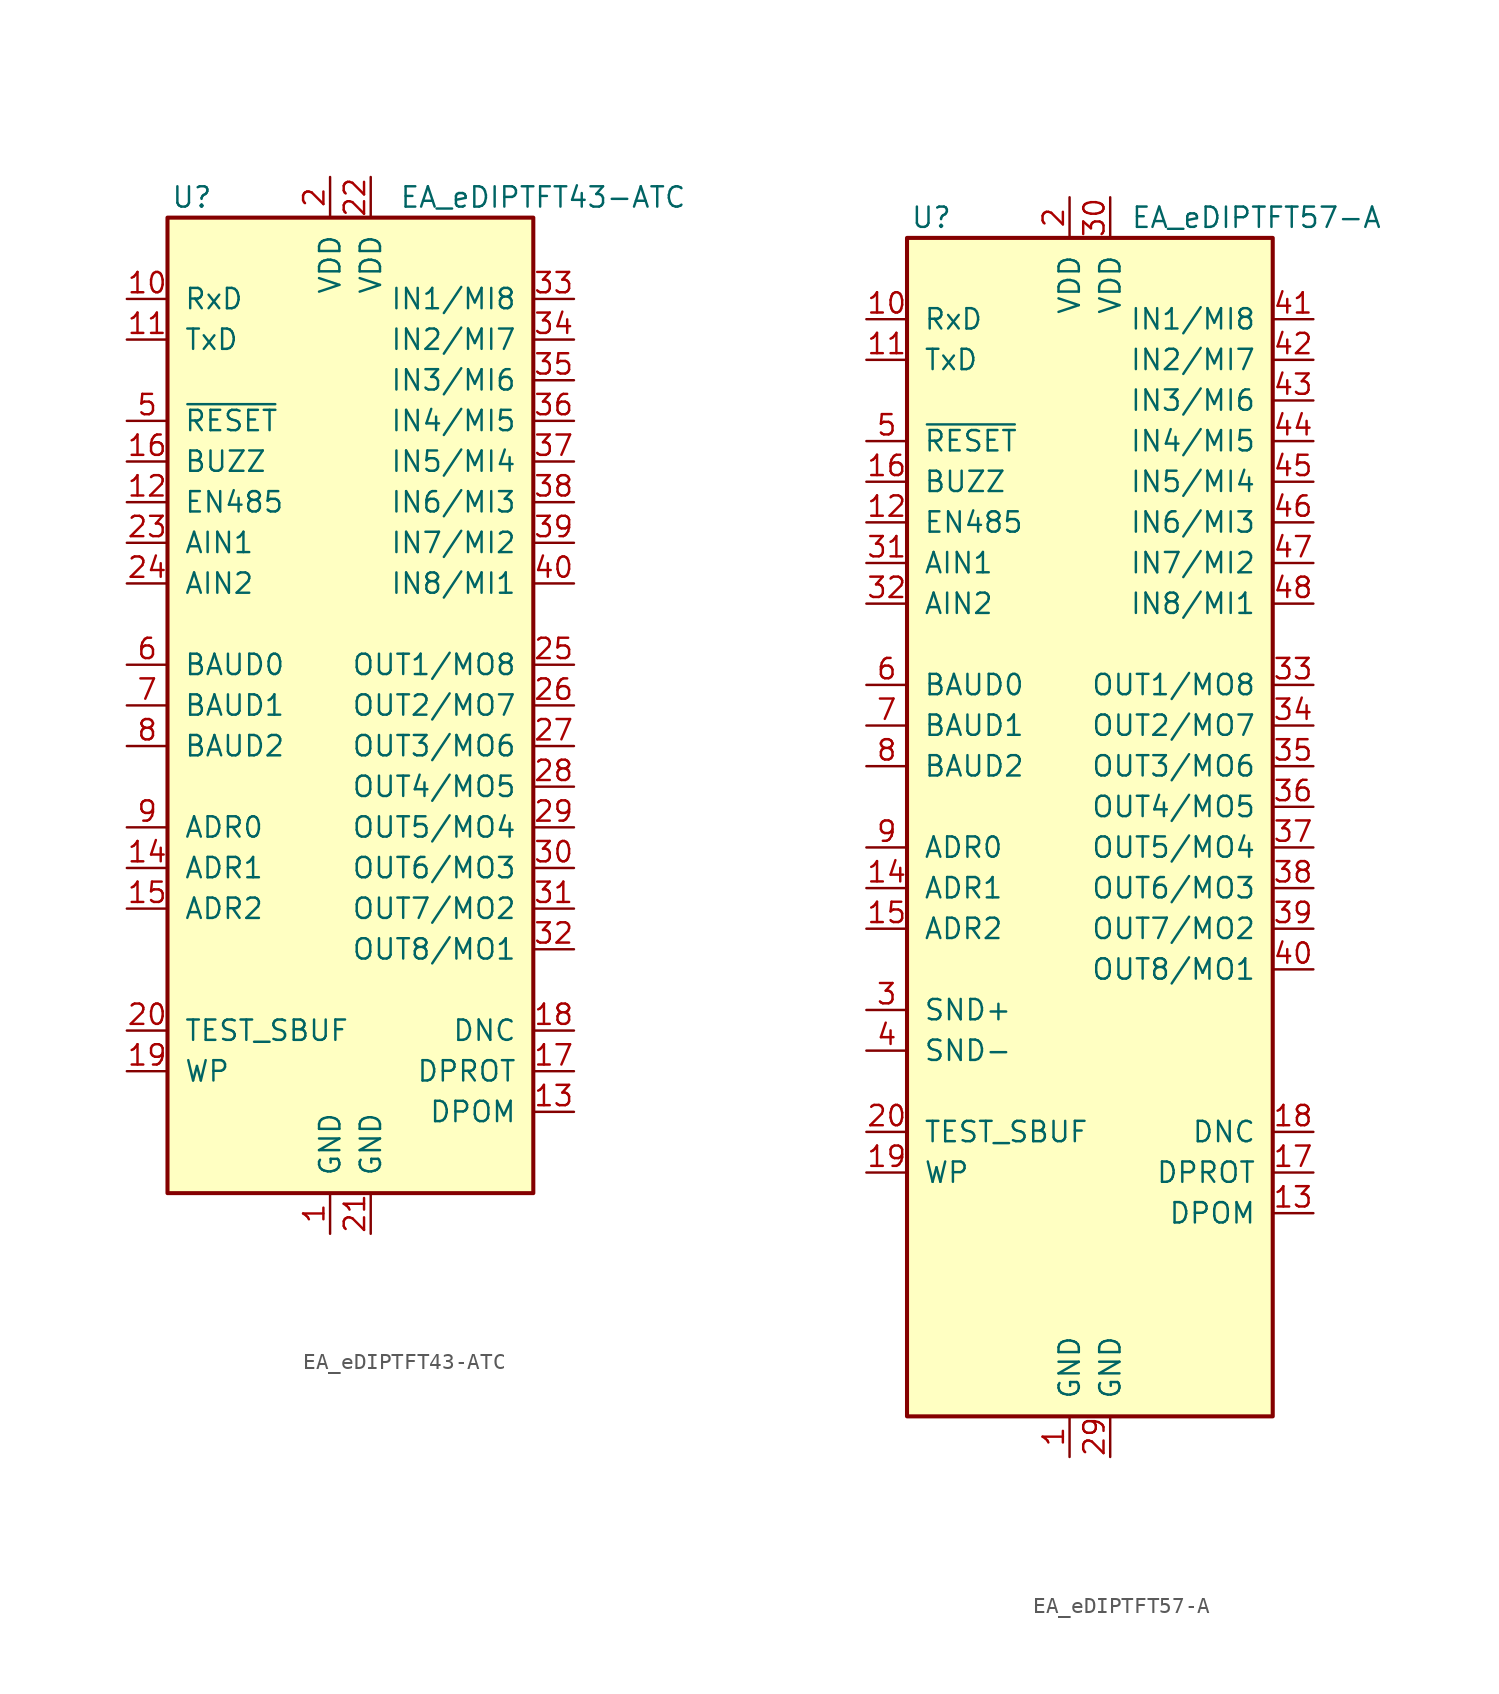
<source format=kicad_sym>
(kicad_symbol_lib
  (version 20200908)
  (generator kicad_symbol_editor)
  (symbol "Display_Graphic:EA_eDIPTFT43-ATC"
    (pin_names
      (offset 1.016))
    (property "Reference" "U"
      (at -11.176 31.75 0)
      (effects (font (size 1.27 1.27))))
    (property "Value" "EA_eDIPTFT43-ATC"
      (at 1.778 31.75 0)
      (effects (font (size 1.27 1.27)) (justify left)))
    (symbol "EA_eDIPTFT43-ATC_0_1"
      (rectangle (start -12.7 30.48) (end 10.16 -30.48) (stroke (width 0.254)) (fill (type background))))
    (symbol "EA_eDIPTFT43-ATC_1_1"
      (pin power_in line (at -2.54 -33.02 90) (length 2.54) (name "GND" (effects (font (size 1.27 1.27)))) (number "1" (effects (font (size 1.27 1.27)))))
      (pin input line (at -15.24 25.4 0) (length 2.54) (name "RxD" (effects (font (size 1.27 1.27)))) (number "10" (effects (font (size 1.27 1.27)))))
      (pin output line (at -15.24 22.86 0) (length 2.54) (name "TxD" (effects (font (size 1.27 1.27)))) (number "11" (effects (font (size 1.27 1.27)))))
      (pin output line (at -15.24 12.7 0) (length 2.54) (name "EN485" (effects (font (size 1.27 1.27)))) (number "12" (effects (font (size 1.27 1.27)))))
      (pin input line (at 12.7 -25.4 180) (length 2.54) (name "DPOM" (effects (font (size 1.27 1.27)))) (number "13" (effects (font (size 1.27 1.27)))))
      (pin input line (at -15.24 -10.16 0) (length 2.54) (name "ADR1" (effects (font (size 1.27 1.27)))) (number "14" (effects (font (size 1.27 1.27)))))
      (pin input line (at -15.24 -12.7 0) (length 2.54) (name "ADR2" (effects (font (size 1.27 1.27)))) (number "15" (effects (font (size 1.27 1.27)))))
      (pin output line (at -15.24 15.24 0) (length 2.54) (name "BUZZ" (effects (font (size 1.27 1.27)))) (number "16" (effects (font (size 1.27 1.27)))))
      (pin input line (at 12.7 -22.86 180) (length 2.54) (name "DPROT" (effects (font (size 1.27 1.27)))) (number "17" (effects (font (size 1.27 1.27)))))
      (pin output line (at 12.7 -20.32 180) (length 2.54) (name "DNC" (effects (font (size 1.27 1.27)))) (number "18" (effects (font (size 1.27 1.27)))))
      (pin input line (at -15.24 -22.86 0) (length 2.54) (name "WP" (effects (font (size 1.27 1.27)))) (number "19" (effects (font (size 1.27 1.27)))))
      (pin power_in line (at -2.54 33.02 270) (length 2.54) (name "VDD" (effects (font (size 1.27 1.27)))) (number "2" (effects (font (size 1.27 1.27)))))
      (pin bidirectional line (at -15.24 -20.32 0) (length 2.54) (name "TEST_SBUF" (effects (font (size 1.27 1.27)))) (number "20" (effects (font (size 1.27 1.27)))))
      (pin power_in line (at 0 -33.02 90) (length 2.54) (name "GND" (effects (font (size 1.27 1.27)))) (number "21" (effects (font (size 1.27 1.27)))))
      (pin power_in line (at 0 33.02 270) (length 2.54) (name "VDD" (effects (font (size 1.27 1.27)))) (number "22" (effects (font (size 1.27 1.27)))))
      (pin input line (at -15.24 10.16 0) (length 2.54) (name "AIN1" (effects (font (size 1.27 1.27)))) (number "23" (effects (font (size 1.27 1.27)))))
      (pin input line (at -15.24 7.62 0) (length 2.54) (name "AIN2" (effects (font (size 1.27 1.27)))) (number "24" (effects (font (size 1.27 1.27)))))
      (pin output line (at 12.7 2.54 180) (length 2.54) (name "OUT1/MO8" (effects (font (size 1.27 1.27)))) (number "25" (effects (font (size 1.27 1.27)))))
      (pin output line (at 12.7 0 180) (length 2.54) (name "OUT2/MO7" (effects (font (size 1.27 1.27)))) (number "26" (effects (font (size 1.27 1.27)))))
      (pin output line (at 12.7 -2.54 180) (length 2.54) (name "OUT3/MO6" (effects (font (size 1.27 1.27)))) (number "27" (effects (font (size 1.27 1.27)))))
      (pin output line (at 12.7 -5.08 180) (length 2.54) (name "OUT4/MO5" (effects (font (size 1.27 1.27)))) (number "28" (effects (font (size 1.27 1.27)))))
      (pin output line (at 12.7 -7.62 180) (length 2.54) (name "OUT5/MO4" (effects (font (size 1.27 1.27)))) (number "29" (effects (font (size 1.27 1.27)))))
      (pin unconnected line (at 12.7 -27.94 180) (length 2.54) hide (name "NC" (effects (font (size 1.27 1.27)))) (number "3" (effects (font (size 1.27 1.27)))))
      (pin output line (at 12.7 -10.16 180) (length 2.54) (name "OUT6/MO3" (effects (font (size 1.27 1.27)))) (number "30" (effects (font (size 1.27 1.27)))))
      (pin output line (at 12.7 -12.7 180) (length 2.54) (name "OUT7/MO2" (effects (font (size 1.27 1.27)))) (number "31" (effects (font (size 1.27 1.27)))))
      (pin output line (at 12.7 -15.24 180) (length 2.54) (name "OUT8/MO1" (effects (font (size 1.27 1.27)))) (number "32" (effects (font (size 1.27 1.27)))))
      (pin input line (at 12.7 25.4 180) (length 2.54) (name "IN1/MI8" (effects (font (size 1.27 1.27)))) (number "33" (effects (font (size 1.27 1.27)))))
      (pin input line (at 12.7 22.86 180) (length 2.54) (name "IN2/MI7" (effects (font (size 1.27 1.27)))) (number "34" (effects (font (size 1.27 1.27)))))
      (pin input line (at 12.7 20.32 180) (length 2.54) (name "IN3/MI6" (effects (font (size 1.27 1.27)))) (number "35" (effects (font (size 1.27 1.27)))))
      (pin input line (at 12.7 17.78 180) (length 2.54) (name "IN4/MI5" (effects (font (size 1.27 1.27)))) (number "36" (effects (font (size 1.27 1.27)))))
      (pin input line (at 12.7 15.24 180) (length 2.54) (name "IN5/MI4" (effects (font (size 1.27 1.27)))) (number "37" (effects (font (size 1.27 1.27)))))
      (pin input line (at 12.7 12.7 180) (length 2.54) (name "IN6/MI3" (effects (font (size 1.27 1.27)))) (number "38" (effects (font (size 1.27 1.27)))))
      (pin input line (at 12.7 10.16 180) (length 2.54) (name "IN7/MI2" (effects (font (size 1.27 1.27)))) (number "39" (effects (font (size 1.27 1.27)))))
      (pin unconnected line (at -15.24 -27.94 0) (length 2.54) hide (name "NC" (effects (font (size 1.27 1.27)))) (number "4" (effects (font (size 1.27 1.27)))))
      (pin input line (at 12.7 7.62 180) (length 2.54) (name "IN8/MI1" (effects (font (size 1.27 1.27)))) (number "40" (effects (font (size 1.27 1.27)))))
      (pin input line (at -15.24 17.78 0) (length 2.54) (name "~RESET" (effects (font (size 1.27 1.27)))) (number "5" (effects (font (size 1.27 1.27)))))
      (pin input line (at -15.24 2.54 0) (length 2.54) (name "BAUD0" (effects (font (size 1.27 1.27)))) (number "6" (effects (font (size 1.27 1.27)))))
      (pin input line (at -15.24 0 0) (length 2.54) (name "BAUD1" (effects (font (size 1.27 1.27)))) (number "7" (effects (font (size 1.27 1.27)))))
      (pin input line (at -15.24 -2.54 0) (length 2.54) (name "BAUD2" (effects (font (size 1.27 1.27)))) (number "8" (effects (font (size 1.27 1.27)))))
      (pin input line (at -15.24 -7.62 0) (length 2.54) (name "ADR0" (effects (font (size 1.27 1.27)))) (number "9" (effects (font (size 1.27 1.27)))))))
  (symbol "Display_Graphic:EA_eDIPTFT57-A"
    (pin_names
      (offset 1.016))
    (property "Reference" "U"
      (at -8.636 36.83 0)
      (effects (font (size 1.27 1.27))))
    (property "Value" "EA_eDIPTFT57-A"
      (at 3.81 36.83 0)
      (effects (font (size 1.27 1.27)) (justify left)))
    (symbol "EA_eDIPTFT57-A_0_1"
      (rectangle (start -10.16 35.56) (end 12.7 -38.1) (stroke (width 0.254)) (fill (type background))))
    (symbol "EA_eDIPTFT57-A_1_1"
      (pin power_in line (at 0 -40.64 90) (length 2.54) (name "GND" (effects (font (size 1.27 1.27)))) (number "1" (effects (font (size 1.27 1.27)))))
      (pin input line (at -12.7 30.48 0) (length 2.54) (name "RxD" (effects (font (size 1.27 1.27)))) (number "10" (effects (font (size 1.27 1.27)))))
      (pin output line (at -12.7 27.94 0) (length 2.54) (name "TxD" (effects (font (size 1.27 1.27)))) (number "11" (effects (font (size 1.27 1.27)))))
      (pin output line (at -12.7 17.78 0) (length 2.54) (name "EN485" (effects (font (size 1.27 1.27)))) (number "12" (effects (font (size 1.27 1.27)))))
      (pin input line (at 15.24 -25.4 180) (length 2.54) (name "DPOM" (effects (font (size 1.27 1.27)))) (number "13" (effects (font (size 1.27 1.27)))))
      (pin input line (at -12.7 -5.08 0) (length 2.54) (name "ADR1" (effects (font (size 1.27 1.27)))) (number "14" (effects (font (size 1.27 1.27)))))
      (pin input line (at -12.7 -7.62 0) (length 2.54) (name "ADR2" (effects (font (size 1.27 1.27)))) (number "15" (effects (font (size 1.27 1.27)))))
      (pin output line (at -12.7 20.32 0) (length 2.54) (name "BUZZ" (effects (font (size 1.27 1.27)))) (number "16" (effects (font (size 1.27 1.27)))))
      (pin input line (at 15.24 -22.86 180) (length 2.54) (name "DPROT" (effects (font (size 1.27 1.27)))) (number "17" (effects (font (size 1.27 1.27)))))
      (pin output line (at 15.24 -20.32 180) (length 2.54) (name "DNC" (effects (font (size 1.27 1.27)))) (number "18" (effects (font (size 1.27 1.27)))))
      (pin input line (at -12.7 -22.86 0) (length 2.54) (name "WP" (effects (font (size 1.27 1.27)))) (number "19" (effects (font (size 1.27 1.27)))))
      (pin power_in line (at 0 38.1 270) (length 2.54) (name "VDD" (effects (font (size 1.27 1.27)))) (number "2" (effects (font (size 1.27 1.27)))))
      (pin bidirectional line (at -12.7 -20.32 0) (length 2.54) (name "TEST_SBUF" (effects (font (size 1.27 1.27)))) (number "20" (effects (font (size 1.27 1.27)))))
      (pin unconnected line (at -10.16 -27.94 0) (length 2.54) hide (name "NC" (effects (font (size 1.27 1.27)))) (number "21" (effects (font (size 1.27 1.27)))))
      (pin unconnected line (at -10.16 -30.48 0) (length 2.54) hide (name "NC" (effects (font (size 1.27 1.27)))) (number "22" (effects (font (size 1.27 1.27)))))
      (pin unconnected line (at -10.16 -33.02 0) (length 2.54) hide (name "NC" (effects (font (size 1.27 1.27)))) (number "23" (effects (font (size 1.27 1.27)))))
      (pin unconnected line (at -10.16 -35.56 0) (length 2.54) hide (name "NC" (effects (font (size 1.27 1.27)))) (number "24" (effects (font (size 1.27 1.27)))))
      (pin unconnected line (at 12.7 -35.56 180) (length 2.54) hide (name "NC" (effects (font (size 1.27 1.27)))) (number "25" (effects (font (size 1.27 1.27)))))
      (pin unconnected line (at 12.7 -33.02 180) (length 2.54) hide (name "NC" (effects (font (size 1.27 1.27)))) (number "26" (effects (font (size 1.27 1.27)))))
      (pin unconnected line (at 12.7 -30.48 180) (length 2.54) hide (name "NC" (effects (font (size 1.27 1.27)))) (number "27" (effects (font (size 1.27 1.27)))))
      (pin unconnected line (at 12.7 -27.94 180) (length 2.54) hide (name "NC" (effects (font (size 1.27 1.27)))) (number "28" (effects (font (size 1.27 1.27)))))
      (pin power_in line (at 2.54 -40.64 90) (length 2.54) (name "GND" (effects (font (size 1.27 1.27)))) (number "29" (effects (font (size 1.27 1.27)))))
      (pin output line (at -12.7 -12.7 0) (length 2.54) (name "SND+" (effects (font (size 1.27 1.27)))) (number "3" (effects (font (size 1.27 1.27)))))
      (pin power_in line (at 2.54 38.1 270) (length 2.54) (name "VDD" (effects (font (size 1.27 1.27)))) (number "30" (effects (font (size 1.27 1.27)))))
      (pin input line (at -12.7 15.24 0) (length 2.54) (name "AIN1" (effects (font (size 1.27 1.27)))) (number "31" (effects (font (size 1.27 1.27)))))
      (pin input line (at -12.7 12.7 0) (length 2.54) (name "AIN2" (effects (font (size 1.27 1.27)))) (number "32" (effects (font (size 1.27 1.27)))))
      (pin output line (at 15.24 7.62 180) (length 2.54) (name "OUT1/MO8" (effects (font (size 1.27 1.27)))) (number "33" (effects (font (size 1.27 1.27)))))
      (pin output line (at 15.24 5.08 180) (length 2.54) (name "OUT2/MO7" (effects (font (size 1.27 1.27)))) (number "34" (effects (font (size 1.27 1.27)))))
      (pin output line (at 15.24 2.54 180) (length 2.54) (name "OUT3/MO6" (effects (font (size 1.27 1.27)))) (number "35" (effects (font (size 1.27 1.27)))))
      (pin output line (at 15.24 0 180) (length 2.54) (name "OUT4/MO5" (effects (font (size 1.27 1.27)))) (number "36" (effects (font (size 1.27 1.27)))))
      (pin output line (at 15.24 -2.54 180) (length 2.54) (name "OUT5/MO4" (effects (font (size 1.27 1.27)))) (number "37" (effects (font (size 1.27 1.27)))))
      (pin output line (at 15.24 -5.08 180) (length 2.54) (name "OUT6/MO3" (effects (font (size 1.27 1.27)))) (number "38" (effects (font (size 1.27 1.27)))))
      (pin output line (at 15.24 -7.62 180) (length 2.54) (name "OUT7/MO2" (effects (font (size 1.27 1.27)))) (number "39" (effects (font (size 1.27 1.27)))))
      (pin input line (at -12.7 -15.24 0) (length 2.54) (name "SND-" (effects (font (size 1.27 1.27)))) (number "4" (effects (font (size 1.27 1.27)))))
      (pin output line (at 15.24 -10.16 180) (length 2.54) (name "OUT8/MO1" (effects (font (size 1.27 1.27)))) (number "40" (effects (font (size 1.27 1.27)))))
      (pin input line (at 15.24 30.48 180) (length 2.54) (name "IN1/MI8" (effects (font (size 1.27 1.27)))) (number "41" (effects (font (size 1.27 1.27)))))
      (pin input line (at 15.24 27.94 180) (length 2.54) (name "IN2/MI7" (effects (font (size 1.27 1.27)))) (number "42" (effects (font (size 1.27 1.27)))))
      (pin input line (at 15.24 25.4 180) (length 2.54) (name "IN3/MI6" (effects (font (size 1.27 1.27)))) (number "43" (effects (font (size 1.27 1.27)))))
      (pin input line (at 15.24 22.86 180) (length 2.54) (name "IN4/MI5" (effects (font (size 1.27 1.27)))) (number "44" (effects (font (size 1.27 1.27)))))
      (pin input line (at 15.24 20.32 180) (length 2.54) (name "IN5/MI4" (effects (font (size 1.27 1.27)))) (number "45" (effects (font (size 1.27 1.27)))))
      (pin input line (at 15.24 17.78 180) (length 2.54) (name "IN6/MI3" (effects (font (size 1.27 1.27)))) (number "46" (effects (font (size 1.27 1.27)))))
      (pin input line (at 15.24 15.24 180) (length 2.54) (name "IN7/MI2" (effects (font (size 1.27 1.27)))) (number "47" (effects (font (size 1.27 1.27)))))
      (pin input line (at 15.24 12.7 180) (length 2.54) (name "IN8/MI1" (effects (font (size 1.27 1.27)))) (number "48" (effects (font (size 1.27 1.27)))))
      (pin input line (at -12.7 22.86 0) (length 2.54) (name "~RESET" (effects (font (size 1.27 1.27)))) (number "5" (effects (font (size 1.27 1.27)))))
      (pin input line (at -12.7 7.62 0) (length 2.54) (name "BAUD0" (effects (font (size 1.27 1.27)))) (number "6" (effects (font (size 1.27 1.27)))))
      (pin input line (at -12.7 5.08 0) (length 2.54) (name "BAUD1" (effects (font (size 1.27 1.27)))) (number "7" (effects (font (size 1.27 1.27)))))
      (pin input line (at -12.7 2.54 0) (length 2.54) (name "BAUD2" (effects (font (size 1.27 1.27)))) (number "8" (effects (font (size 1.27 1.27)))))
      (pin input line (at -12.7 -2.54 0) (length 2.54) (name "ADR0" (effects (font (size 1.27 1.27)))) (number "9" (effects (font (size 1.27 1.27))))))))
</source>
